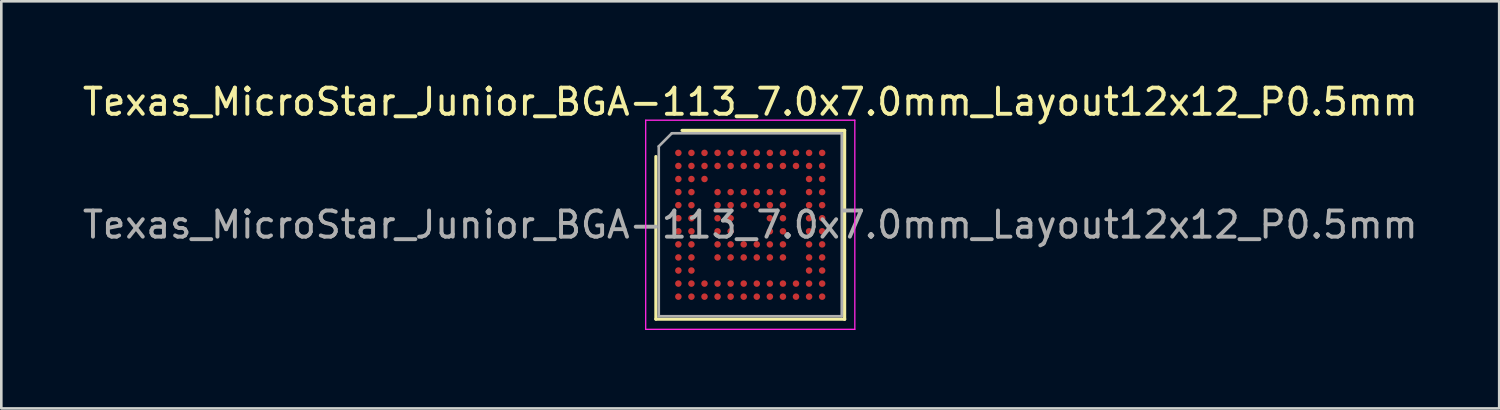
<source format=kicad_pcb>
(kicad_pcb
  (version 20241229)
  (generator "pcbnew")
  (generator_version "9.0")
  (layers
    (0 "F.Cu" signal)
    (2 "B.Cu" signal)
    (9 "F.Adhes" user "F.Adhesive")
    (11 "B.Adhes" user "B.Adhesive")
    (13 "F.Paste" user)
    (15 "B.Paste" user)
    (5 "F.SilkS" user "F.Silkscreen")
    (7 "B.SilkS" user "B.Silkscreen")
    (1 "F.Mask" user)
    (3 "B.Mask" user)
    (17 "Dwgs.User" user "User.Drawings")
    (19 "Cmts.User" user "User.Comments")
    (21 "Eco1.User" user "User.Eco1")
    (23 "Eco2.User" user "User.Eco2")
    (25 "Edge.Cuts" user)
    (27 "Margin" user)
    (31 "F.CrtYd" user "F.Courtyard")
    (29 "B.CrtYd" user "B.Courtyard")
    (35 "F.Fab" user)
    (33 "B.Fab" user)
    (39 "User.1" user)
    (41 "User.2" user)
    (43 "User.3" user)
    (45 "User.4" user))
  (footprint "Texas_MicroStar_Junior_BGA-113_7.0x7.0mm_Layout12x12_P0.5mm"
    (layer "F.Cu")
    (at 25.649 5.548)
    (property "Reference" "Texas_MicroStar_Junior_BGA-113_7.0x7.0mm_Layout12x12_P0.5mm" (at 0 -4.7 0) (layer "F.SilkS") (effects (font (size 1 1) (thickness 0.15))))
    (attr smd)
    (fp_line (start -3.61 3.61) (end -3.61 -2.61) (stroke (width 0.12) (type solid)) (layer "F.SilkS"))
    (fp_line (start -2.61 -3.61) (end 3.61 -3.61) (stroke (width 0.12) (type solid)) (layer "F.SilkS"))
    (fp_line (start 3.61 -3.61) (end 3.61 3.61) (stroke (width 0.12) (type solid)) (layer "F.SilkS"))
    (fp_line (start 3.61 3.61) (end -3.61 3.61) (stroke (width 0.12) (type solid)) (layer "F.SilkS"))
    (fp_line (start 3.61 3.61) (end 3.61 3.61) (stroke (width 0.12) (type solid)) (layer "F.SilkS"))
    (fp_line (start -4 -4) (end 4 -4) (stroke (width 0.05) (type solid)) (layer "F.CrtYd"))
    (fp_line (start -4 4) (end -4 -4) (stroke (width 0.05) (type solid)) (layer "F.CrtYd"))
    (fp_line (start 4 -4) (end 4 4) (stroke (width 0.05) (type solid)) (layer "F.CrtYd"))
    (fp_line (start 4 4) (end -4 4) (stroke (width 0.05) (type solid)) (layer "F.CrtYd"))
    (fp_line (start -3.5 3.5) (end -3.5 -3) (stroke (width 0.1) (type solid)) (layer "F.Fab"))
    (fp_line (start -3 -3.5) (end -3.5 -3) (stroke (width 0.1) (type solid)) (layer "F.Fab"))
    (fp_line (start -3 -3.5) (end 3.5 -3.5) (stroke (width 0.1) (type solid)) (layer "F.Fab"))
    (fp_line (start 3.5 -3.5) (end 3.5 3.5) (stroke (width 0.1) (type solid)) (layer "F.Fab"))
    (fp_line (start 3.5 3.5) (end -3.5 3.5) (stroke (width 0.1) (type solid)) (layer "F.Fab"))
    (fp_text user "${REFERENCE}" (at 0 0 0) (layer "F.Fab") (effects (font (size 1 1) (thickness 0.15))))
    (pad "A1" smd circle (at -2.75 -2.75) (size 0.25 0.25) (layers "F.Cu" "F.Mask" "F.Paste"))
    (pad "A2" smd circle (at -2.25 -2.75) (size 0.25 0.25) (layers "F.Cu" "F.Mask" "F.Paste"))
    (pad "A3" smd circle (at -1.75 -2.75) (size 0.25 0.25) (layers "F.Cu" "F.Mask" "F.Paste"))
    (pad "A4" smd circle (at -1.25 -2.75) (size 0.25 0.25) (layers "F.Cu" "F.Mask" "F.Paste"))
    (pad "A5" smd circle (at -0.75 -2.75) (size 0.25 0.25) (layers "F.Cu" "F.Mask" "F.Paste"))
    (pad "A6" smd circle (at -0.25 -2.75) (size 0.25 0.25) (layers "F.Cu" "F.Mask" "F.Paste"))
    (pad "A7" smd circle (at 0.25 -2.75) (size 0.25 0.25) (layers "F.Cu" "F.Mask" "F.Paste"))
    (pad "A8" smd circle (at 0.75 -2.75) (size 0.25 0.25) (layers "F.Cu" "F.Mask" "F.Paste"))
    (pad "A9" smd circle (at 1.25 -2.75) (size 0.25 0.25) (layers "F.Cu" "F.Mask" "F.Paste"))
    (pad "A10" smd circle (at 1.75 -2.75) (size 0.25 0.25) (layers "F.Cu" "F.Mask" "F.Paste"))
    (pad "A11" smd circle (at 2.25 -2.75) (size 0.25 0.25) (layers "F.Cu" "F.Mask" "F.Paste"))
    (pad "A12" smd circle (at 2.75 -2.75) (size 0.25 0.25) (layers "F.Cu" "F.Mask" "F.Paste"))
    (pad "B1" smd circle (at -2.75 -2.25) (size 0.25 0.25) (layers "F.Cu" "F.Mask" "F.Paste"))
    (pad "B2" smd circle (at -2.25 -2.25) (size 0.25 0.25) (layers "F.Cu" "F.Mask" "F.Paste"))
    (pad "B3" smd circle (at -1.75 -2.25) (size 0.25 0.25) (layers "F.Cu" "F.Mask" "F.Paste"))
    (pad "B4" smd circle (at -1.25 -2.25) (size 0.25 0.25) (layers "F.Cu" "F.Mask" "F.Paste"))
    (pad "B5" smd circle (at -0.75 -2.25) (size 0.25 0.25) (layers "F.Cu" "F.Mask" "F.Paste"))
    (pad "B6" smd circle (at -0.25 -2.25) (size 0.25 0.25) (layers "F.Cu" "F.Mask" "F.Paste"))
    (pad "B7" smd circle (at 0.25 -2.25) (size 0.25 0.25) (layers "F.Cu" "F.Mask" "F.Paste"))
    (pad "B8" smd circle (at 0.75 -2.25) (size 0.25 0.25) (layers "F.Cu" "F.Mask" "F.Paste"))
    (pad "B9" smd circle (at 1.25 -2.25) (size 0.25 0.25) (layers "F.Cu" "F.Mask" "F.Paste"))
    (pad "B10" smd circle (at 1.75 -2.25) (size 0.25 0.25) (layers "F.Cu" "F.Mask" "F.Paste"))
    (pad "B11" smd circle (at 2.25 -2.25) (size 0.25 0.25) (layers "F.Cu" "F.Mask" "F.Paste"))
    (pad "B12" smd circle (at 2.75 -2.25) (size 0.25 0.25) (layers "F.Cu" "F.Mask" "F.Paste"))
    (pad "C1" smd circle (at -2.75 -1.75) (size 0.25 0.25) (layers "F.Cu" "F.Mask" "F.Paste"))
    (pad "C2" smd circle (at -2.25 -1.75) (size 0.25 0.25) (layers "F.Cu" "F.Mask" "F.Paste"))
    (pad "C3" smd circle (at -1.75 -1.75) (size 0.25 0.25) (layers "F.Cu" "F.Mask" "F.Paste"))
    (pad "C11" smd circle (at 2.25 -1.75) (size 0.25 0.25) (layers "F.Cu" "F.Mask" "F.Paste"))
    (pad "C12" smd circle (at 2.75 -1.75) (size 0.25 0.25) (layers "F.Cu" "F.Mask" "F.Paste"))
    (pad "D1" smd circle (at -2.75 -1.25) (size 0.25 0.25) (layers "F.Cu" "F.Mask" "F.Paste"))
    (pad "D2" smd circle (at -2.25 -1.25) (size 0.25 0.25) (layers "F.Cu" "F.Mask" "F.Paste"))
    (pad "D4" smd circle (at -1.25 -1.25) (size 0.25 0.25) (layers "F.Cu" "F.Mask" "F.Paste"))
    (pad "D5" smd circle (at -0.75 -1.25) (size 0.25 0.25) (layers "F.Cu" "F.Mask" "F.Paste"))
    (pad "D6" smd circle (at -0.25 -1.25) (size 0.25 0.25) (layers "F.Cu" "F.Mask" "F.Paste"))
    (pad "D7" smd circle (at 0.25 -1.25) (size 0.25 0.25) (layers "F.Cu" "F.Mask" "F.Paste"))
    (pad "D8" smd circle (at 0.75 -1.25) (size 0.25 0.25) (layers "F.Cu" "F.Mask" "F.Paste"))
    (pad "D9" smd circle (at 1.25 -1.25) (size 0.25 0.25) (layers "F.Cu" "F.Mask" "F.Paste"))
    (pad "D11" smd circle (at 2.25 -1.25) (size 0.25 0.25) (layers "F.Cu" "F.Mask" "F.Paste"))
    (pad "D12" smd circle (at 2.75 -1.25) (size 0.25 0.25) (layers "F.Cu" "F.Mask" "F.Paste"))
    (pad "E1" smd circle (at -2.75 -0.75) (size 0.25 0.25) (layers "F.Cu" "F.Mask" "F.Paste"))
    (pad "E2" smd circle (at -2.25 -0.75) (size 0.25 0.25) (layers "F.Cu" "F.Mask" "F.Paste"))
    (pad "E4" smd circle (at -1.25 -0.75) (size 0.25 0.25) (layers "F.Cu" "F.Mask" "F.Paste"))
    (pad "E5" smd circle (at -0.75 -0.75) (size 0.25 0.25) (layers "F.Cu" "F.Mask" "F.Paste"))
    (pad "E6" smd circle (at -0.25 -0.75) (size 0.25 0.25) (layers "F.Cu" "F.Mask" "F.Paste"))
    (pad "E7" smd circle (at 0.25 -0.75) (size 0.25 0.25) (layers "F.Cu" "F.Mask" "F.Paste"))
    (pad "E8" smd circle (at 0.75 -0.75) (size 0.25 0.25) (layers "F.Cu" "F.Mask" "F.Paste"))
    (pad "E9" smd circle (at 1.25 -0.75) (size 0.25 0.25) (layers "F.Cu" "F.Mask" "F.Paste"))
    (pad "E11" smd circle (at 2.25 -0.75) (size 0.25 0.25) (layers "F.Cu" "F.Mask" "F.Paste"))
    (pad "E12" smd circle (at 2.75 -0.75) (size 0.25 0.25) (layers "F.Cu" "F.Mask" "F.Paste"))
    (pad "F1" smd circle (at -2.75 -0.25) (size 0.25 0.25) (layers "F.Cu" "F.Mask" "F.Paste"))
    (pad "F2" smd circle (at -2.25 -0.25) (size 0.25 0.25) (layers "F.Cu" "F.Mask" "F.Paste"))
    (pad "F4" smd circle (at -1.25 -0.25) (size 0.25 0.25) (layers "F.Cu" "F.Mask" "F.Paste"))
    (pad "F5" smd circle (at -0.75 -0.25) (size 0.25 0.25) (layers "F.Cu" "F.Mask" "F.Paste"))
    (pad "F8" smd circle (at 0.75 -0.25) (size 0.25 0.25) (layers "F.Cu" "F.Mask" "F.Paste"))
    (pad "F9" smd circle (at 1.25 -0.25) (size 0.25 0.25) (layers "F.Cu" "F.Mask" "F.Paste"))
    (pad "F11" smd circle (at 2.25 -0.25) (size 0.25 0.25) (layers "F.Cu" "F.Mask" "F.Paste"))
    (pad "F12" smd circle (at 2.75 -0.25) (size 0.25 0.25) (layers "F.Cu" "F.Mask" "F.Paste"))
    (pad "G1" smd circle (at -2.75 0.25) (size 0.25 0.25) (layers "F.Cu" "F.Mask" "F.Paste"))
    (pad "G2" smd circle (at -2.25 0.25) (size 0.25 0.25) (layers "F.Cu" "F.Mask" "F.Paste"))
    (pad "G4" smd circle (at -1.25 0.25) (size 0.25 0.25) (layers "F.Cu" "F.Mask" "F.Paste"))
    (pad "G5" smd circle (at -0.75 0.25) (size 0.25 0.25) (layers "F.Cu" "F.Mask" "F.Paste"))
    (pad "G8" smd circle (at 0.75 0.25) (size 0.25 0.25) (layers "F.Cu" "F.Mask" "F.Paste"))
    (pad "G9" smd circle (at 1.25 0.25) (size 0.25 0.25) (layers "F.Cu" "F.Mask" "F.Paste"))
    (pad "G11" smd circle (at 2.25 0.25) (size 0.25 0.25) (layers "F.Cu" "F.Mask" "F.Paste"))
    (pad "G12" smd circle (at 2.75 0.25) (size 0.25 0.25) (layers "F.Cu" "F.Mask" "F.Paste"))
    (pad "H1" smd circle (at -2.75 0.75) (size 0.25 0.25) (layers "F.Cu" "F.Mask" "F.Paste"))
    (pad "H2" smd circle (at -2.25 0.75) (size 0.25 0.25) (layers "F.Cu" "F.Mask" "F.Paste"))
    (pad "H4" smd circle (at -1.25 0.75) (size 0.25 0.25) (layers "F.Cu" "F.Mask" "F.Paste"))
    (pad "H5" smd circle (at -0.75 0.75) (size 0.25 0.25) (layers "F.Cu" "F.Mask" "F.Paste"))
    (pad "H6" smd circle (at -0.25 0.75) (size 0.25 0.25) (layers "F.Cu" "F.Mask" "F.Paste"))
    (pad "H7" smd circle (at 0.25 0.75) (size 0.25 0.25) (layers "F.Cu" "F.Mask" "F.Paste"))
    (pad "H8" smd circle (at 0.75 0.75) (size 0.25 0.25) (layers "F.Cu" "F.Mask" "F.Paste"))
    (pad "H9" smd circle (at 1.25 0.75) (size 0.25 0.25) (layers "F.Cu" "F.Mask" "F.Paste"))
    (pad "H11" smd circle (at 2.25 0.75) (size 0.25 0.25) (layers "F.Cu" "F.Mask" "F.Paste"))
    (pad "H12" smd circle (at 2.75 0.75) (size 0.25 0.25) (layers "F.Cu" "F.Mask" "F.Paste"))
    (pad "I1" smd circle (at -2.75 1.25) (size 0.25 0.25) (layers "F.Cu" "F.Mask" "F.Paste"))
    (pad "I2" smd circle (at -2.25 1.25) (size 0.25 0.25) (layers "F.Cu" "F.Mask" "F.Paste"))
    (pad "I4" smd circle (at -1.25 1.25) (size 0.25 0.25) (layers "F.Cu" "F.Mask" "F.Paste"))
    (pad "I5" smd circle (at -0.75 1.25) (size 0.25 0.25) (layers "F.Cu" "F.Mask" "F.Paste"))
    (pad "I6" smd circle (at -0.25 1.25) (size 0.25 0.25) (layers "F.Cu" "F.Mask" "F.Paste"))
    (pad "I7" smd circle (at 0.25 1.25) (size 0.25 0.25) (layers "F.Cu" "F.Mask" "F.Paste"))
    (pad "I8" smd circle (at 0.75 1.25) (size 0.25 0.25) (layers "F.Cu" "F.Mask" "F.Paste"))
    (pad "I9" smd circle (at 1.25 1.25) (size 0.25 0.25) (layers "F.Cu" "F.Mask" "F.Paste"))
    (pad "I11" smd circle (at 2.25 1.25) (size 0.25 0.25) (layers "F.Cu" "F.Mask" "F.Paste"))
    (pad "I12" smd circle (at 2.75 1.25) (size 0.25 0.25) (layers "F.Cu" "F.Mask" "F.Paste"))
    (pad "J1" smd circle (at -2.75 1.75) (size 0.25 0.25) (layers "F.Cu" "F.Mask" "F.Paste"))
    (pad "J2" smd circle (at -2.25 1.75) (size 0.25 0.25) (layers "F.Cu" "F.Mask" "F.Paste"))
    (pad "J11" smd circle (at 2.25 1.75) (size 0.25 0.25) (layers "F.Cu" "F.Mask" "F.Paste"))
    (pad "J12" smd circle (at 2.75 1.75) (size 0.25 0.25) (layers "F.Cu" "F.Mask" "F.Paste"))
    (pad "K1" smd circle (at -2.75 2.25) (size 0.25 0.25) (layers "F.Cu" "F.Mask" "F.Paste"))
    (pad "K2" smd circle (at -2.25 2.25) (size 0.25 0.25) (layers "F.Cu" "F.Mask" "F.Paste"))
    (pad "K3" smd circle (at -1.75 2.25) (size 0.25 0.25) (layers "F.Cu" "F.Mask" "F.Paste"))
    (pad "K4" smd circle (at -1.25 2.25) (size 0.25 0.25) (layers "F.Cu" "F.Mask" "F.Paste"))
    (pad "K5" smd circle (at -0.75 2.25) (size 0.25 0.25) (layers "F.Cu" "F.Mask" "F.Paste"))
    (pad "K6" smd circle (at -0.25 2.25) (size 0.25 0.25) (layers "F.Cu" "F.Mask" "F.Paste"))
    (pad "K7" smd circle (at 0.25 2.25) (size 0.25 0.25) (layers "F.Cu" "F.Mask" "F.Paste"))
    (pad "K8" smd circle (at 0.75 2.25) (size 0.25 0.25) (layers "F.Cu" "F.Mask" "F.Paste"))
    (pad "K9" smd circle (at 1.25 2.25) (size 0.25 0.25) (layers "F.Cu" "F.Mask" "F.Paste"))
    (pad "K10" smd circle (at 1.75 2.25) (size 0.25 0.25) (layers "F.Cu" "F.Mask" "F.Paste"))
    (pad "K11" smd circle (at 2.25 2.25) (size 0.25 0.25) (layers "F.Cu" "F.Mask" "F.Paste"))
    (pad "K12" smd circle (at 2.75 2.25) (size 0.25 0.25) (layers "F.Cu" "F.Mask" "F.Paste"))
    (pad "L1" smd circle (at -2.75 2.75) (size 0.25 0.25) (layers "F.Cu" "F.Mask" "F.Paste"))
    (pad "L2" smd circle (at -2.25 2.75) (size 0.25 0.25) (layers "F.Cu" "F.Mask" "F.Paste"))
    (pad "L3" smd circle (at -1.75 2.75) (size 0.25 0.25) (layers "F.Cu" "F.Mask" "F.Paste"))
    (pad "L4" smd circle (at -1.25 2.75) (size 0.25 0.25) (layers "F.Cu" "F.Mask" "F.Paste"))
    (pad "L5" smd circle (at -0.75 2.75) (size 0.25 0.25) (layers "F.Cu" "F.Mask" "F.Paste"))
    (pad "L6" smd circle (at -0.25 2.75) (size 0.25 0.25) (layers "F.Cu" "F.Mask" "F.Paste"))
    (pad "L7" smd circle (at 0.25 2.75) (size 0.25 0.25) (layers "F.Cu" "F.Mask" "F.Paste"))
    (pad "L8" smd circle (at 0.75 2.75) (size 0.25 0.25) (layers "F.Cu" "F.Mask" "F.Paste"))
    (pad "L9" smd circle (at 1.25 2.75) (size 0.25 0.25) (layers "F.Cu" "F.Mask" "F.Paste"))
    (pad "L10" smd circle (at 1.75 2.75) (size 0.25 0.25) (layers "F.Cu" "F.Mask" "F.Paste"))
    (pad "L11" smd circle (at 2.25 2.75) (size 0.25 0.25) (layers "F.Cu" "F.Mask" "F.Paste"))
    (pad "L12" smd circle (at 2.75 2.75) (size 0.25 0.25) (layers "F.Cu" "F.Mask" "F.Paste")))
  (gr_rect
    (start -3 -3)
    (end 54.298 12.573)
    (stroke (width 0.1) (type default))
    (fill no)
    (layer "Edge.Cuts")))
</source>
